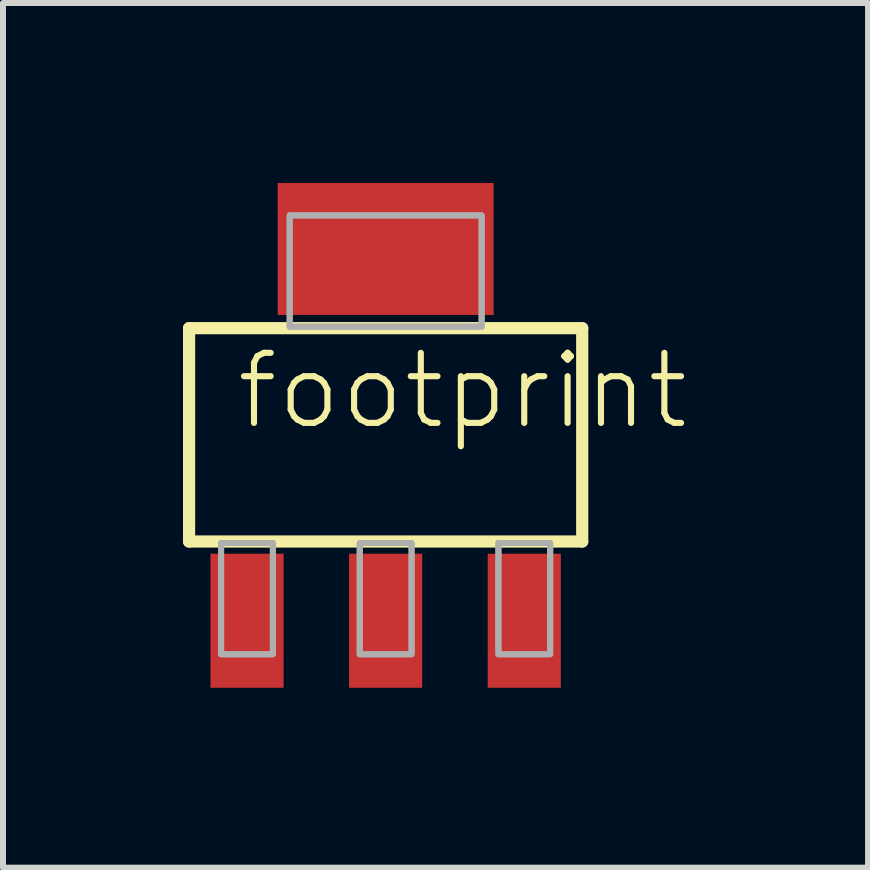
<source format=kicad_pcb>
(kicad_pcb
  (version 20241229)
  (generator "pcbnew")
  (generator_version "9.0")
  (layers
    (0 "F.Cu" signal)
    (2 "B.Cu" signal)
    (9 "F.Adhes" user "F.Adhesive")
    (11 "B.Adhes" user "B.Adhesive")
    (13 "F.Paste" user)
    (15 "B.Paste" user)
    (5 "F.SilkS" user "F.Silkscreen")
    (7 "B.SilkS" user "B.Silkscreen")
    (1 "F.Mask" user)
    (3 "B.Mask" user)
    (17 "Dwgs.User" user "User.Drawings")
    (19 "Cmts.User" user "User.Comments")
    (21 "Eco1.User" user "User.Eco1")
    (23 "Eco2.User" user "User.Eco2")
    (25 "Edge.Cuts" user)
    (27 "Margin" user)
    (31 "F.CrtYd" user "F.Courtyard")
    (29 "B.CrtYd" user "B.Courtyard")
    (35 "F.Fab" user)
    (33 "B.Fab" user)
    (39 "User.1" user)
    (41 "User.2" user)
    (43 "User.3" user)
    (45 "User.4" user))
  (footprint "footprint"
    (layer "F.Cu")
    (at 3.379 4.199)
    (property "Reference" "footprint" (at -2.54 -0.051 0) (layer "F.SilkS") (effects (font (size 1.168 1.168) (thickness 0.102)) (justify left bottom)))
    (fp_line (start -3.277 -1.778) (end 3.277 -1.778) (stroke (width 0.203) (type solid)) (layer "F.SilkS"))
    (fp_line (start -3.277 1.778) (end -3.277 -1.778) (stroke (width 0.203) (type solid)) (layer "F.SilkS"))
    (fp_line (start 3.277 -1.778) (end 3.277 1.778) (stroke (width 0.203) (type solid)) (layer "F.SilkS"))
    (fp_line (start 3.277 1.778) (end -3.277 1.778) (stroke (width 0.203) (type solid)) (layer "F.SilkS"))
    (fp_poly (pts (xy -2.743 3.658) (xy -1.88 3.658) (xy -1.88 1.803) (xy -2.743 1.803)) (stroke (width 0.1) (type solid)) (fill no) (layer "F.Fab"))
    (fp_poly (pts (xy -2.743 3.658) (xy -1.88 3.658) (xy -1.88 1.803) (xy -2.743 1.803)) (stroke (width 0.1) (type solid)) (fill no) (layer "F.Fab"))
    (fp_poly (pts (xy -1.6 -1.803) (xy 1.6 -1.803) (xy 1.6 -3.658) (xy -1.6 -3.658)) (stroke (width 0.1) (type solid)) (fill no) (layer "F.Fab"))
    (fp_poly (pts (xy -1.6 -1.803) (xy 1.6 -1.803) (xy 1.6 -3.658) (xy -1.6 -3.658)) (stroke (width 0.1) (type solid)) (fill no) (layer "F.Fab"))
    (fp_poly (pts (xy -0.432 3.658) (xy 0.432 3.658) (xy 0.432 1.803) (xy -0.432 1.803)) (stroke (width 0.1) (type solid)) (fill no) (layer "F.Fab"))
    (fp_poly (pts (xy -0.432 3.658) (xy 0.432 3.658) (xy 0.432 1.803) (xy -0.432 1.803)) (stroke (width 0.1) (type solid)) (fill no) (layer "F.Fab"))
    (fp_poly (pts (xy 1.88 3.658) (xy 2.743 3.658) (xy 2.743 1.803) (xy 1.88 1.803)) (stroke (width 0.1) (type solid)) (fill no) (layer "F.Fab"))
    (fp_poly (pts (xy 1.88 3.658) (xy 2.743 3.658) (xy 2.743 1.803) (xy 1.88 1.803)) (stroke (width 0.1) (type solid)) (fill no) (layer "F.Fab"))
    (pad "1" smd rect (at -2.311 3.099) (size 1.219 2.235) (layers "F.Cu" "F.Mask" "F.Paste"))
    (pad "2" smd rect (at 0 3.099) (size 1.219 2.235) (layers "F.Cu" "F.Mask" "F.Paste"))
    (pad "3" smd rect (at 2.311 3.099) (size 1.219 2.235) (layers "F.Cu" "F.Mask" "F.Paste"))
    (pad "4" smd rect (at 0 -3.099) (size 3.6 2.2) (layers "F.Cu" "F.Mask" "F.Paste")))
  (gr_rect
    (start -3 -3)
    (end 11.421 11.415)
    (stroke (width 0.1) (type default))
    (fill no)
    (layer "Edge.Cuts")))
</source>
